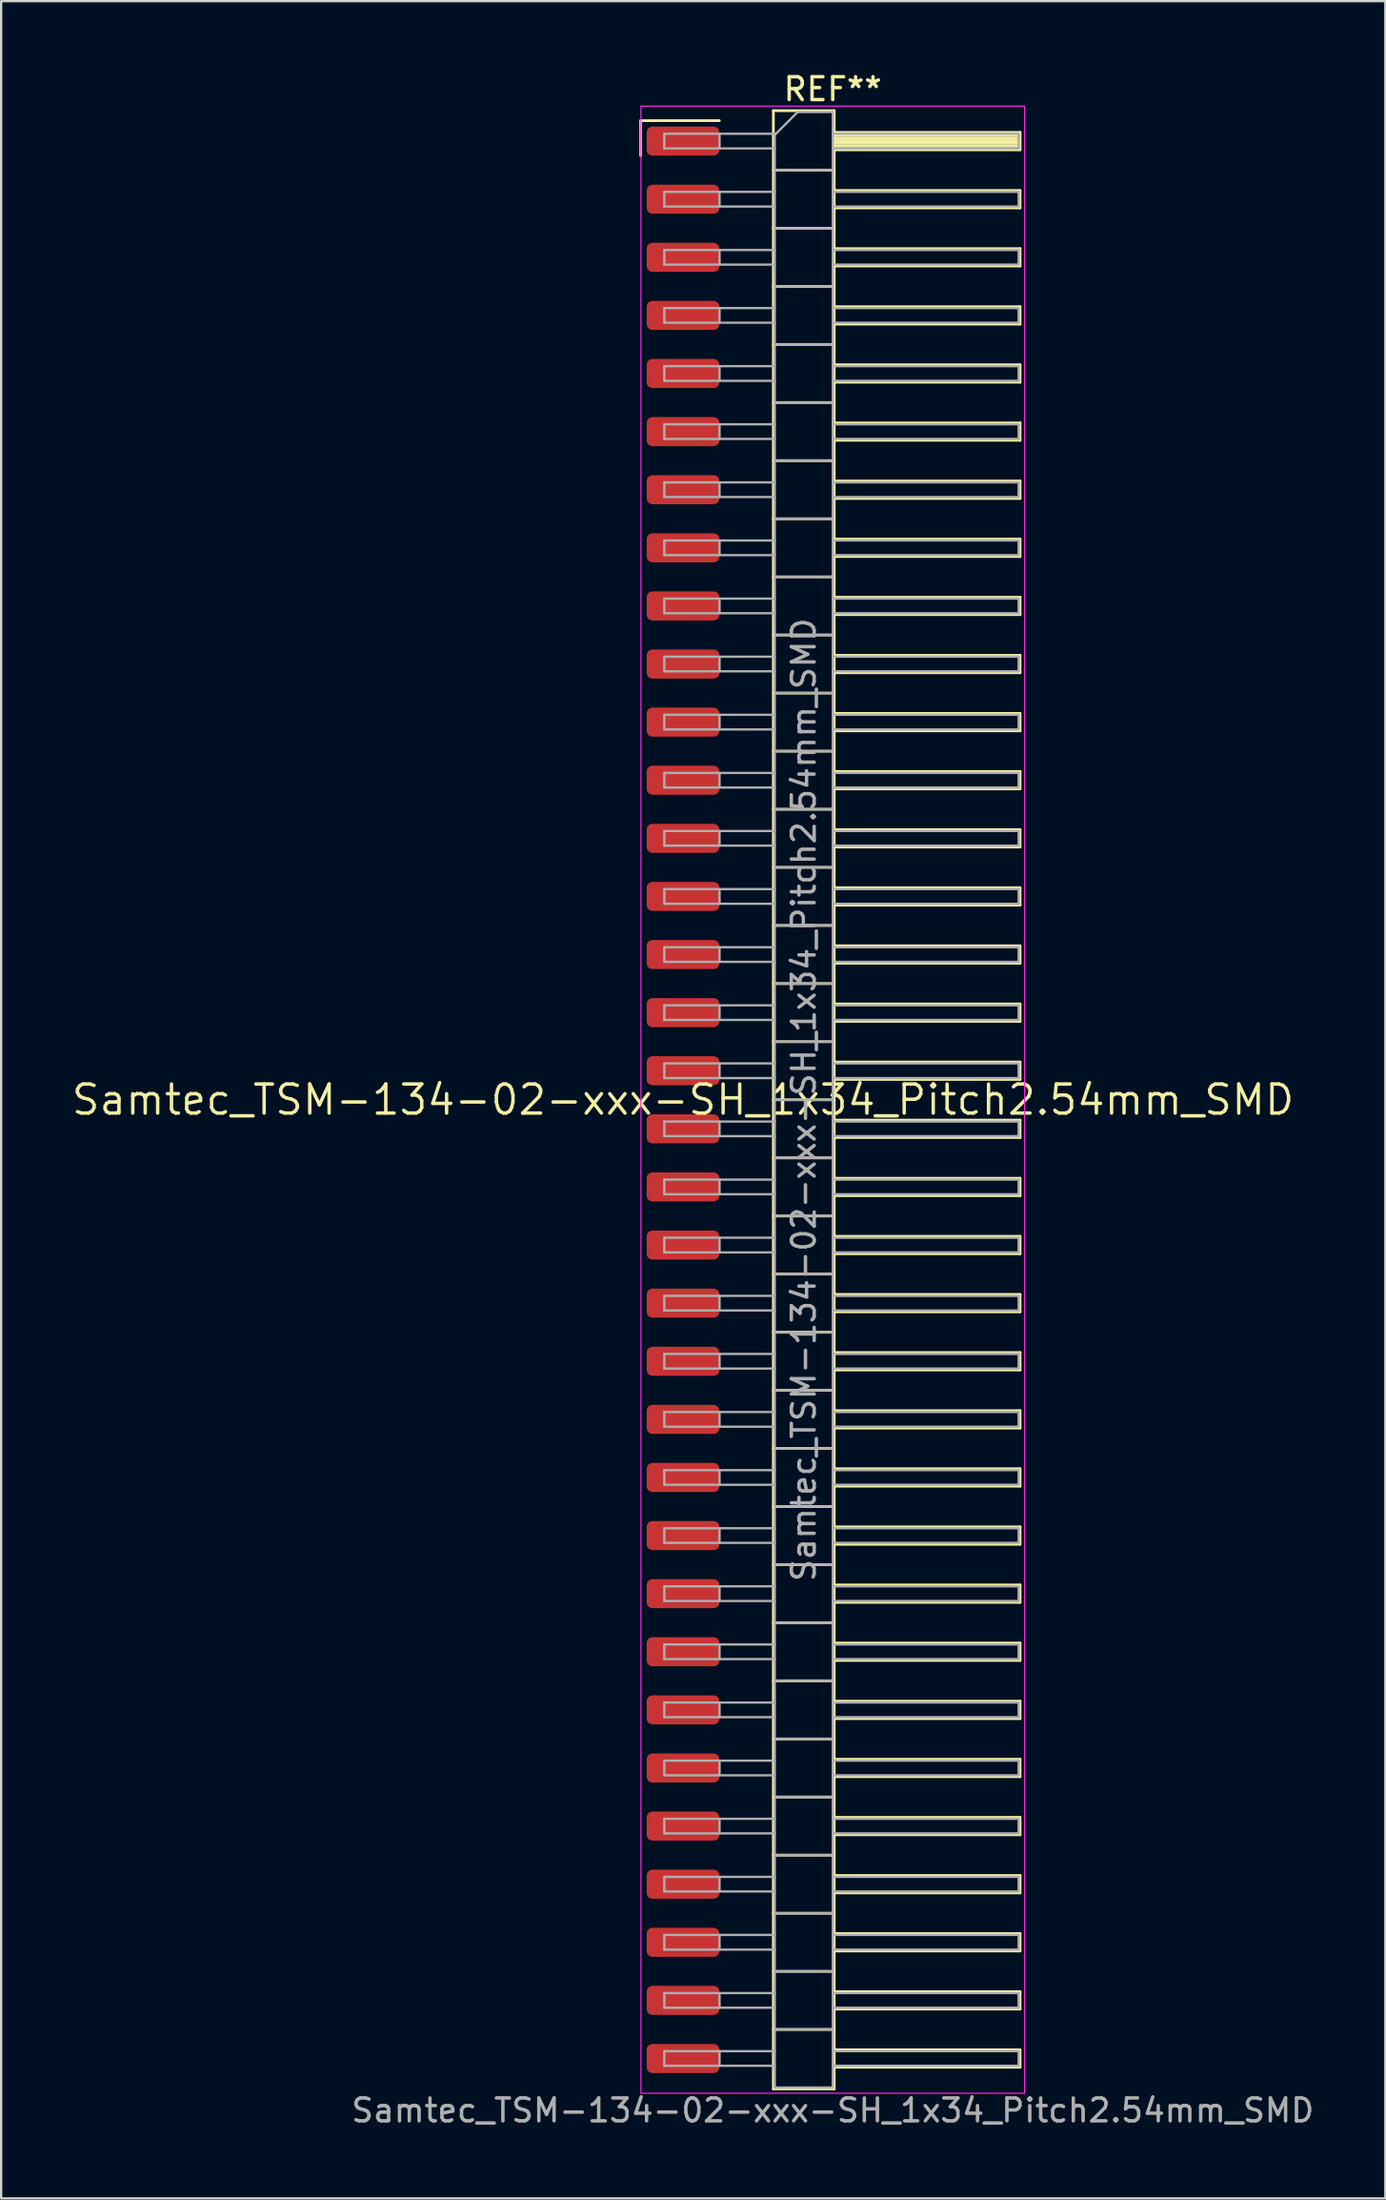
<source format=kicad_pcb>
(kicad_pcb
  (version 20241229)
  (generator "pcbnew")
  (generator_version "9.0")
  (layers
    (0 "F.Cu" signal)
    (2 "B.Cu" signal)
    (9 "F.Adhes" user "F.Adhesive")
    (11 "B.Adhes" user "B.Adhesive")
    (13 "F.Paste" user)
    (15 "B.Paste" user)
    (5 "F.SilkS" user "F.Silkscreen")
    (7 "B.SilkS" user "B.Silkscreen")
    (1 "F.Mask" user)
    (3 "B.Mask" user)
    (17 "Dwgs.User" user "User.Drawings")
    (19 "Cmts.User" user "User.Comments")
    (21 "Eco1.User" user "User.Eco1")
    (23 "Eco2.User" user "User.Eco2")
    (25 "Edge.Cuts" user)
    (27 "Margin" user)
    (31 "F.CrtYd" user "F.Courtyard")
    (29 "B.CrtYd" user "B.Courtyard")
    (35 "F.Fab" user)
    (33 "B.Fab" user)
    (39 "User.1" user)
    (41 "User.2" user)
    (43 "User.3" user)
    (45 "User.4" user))
  (footprint "Samtec_TSM-134-02-xxx-SH_1x34_Pitch2.54mm_SMD"
    (layer "F.Cu")
    (at 26.828 45.028)
    (property "Reference" "Samtec_TSM-134-02-xxx-SH_1x34_Pitch2.54mm_SMD" (at 0 0 0) (layer "F.SilkS") (effects (font (size 1.27 1.27) (thickness 0.15))))
    (attr smd)
    (fp_line (start -1.85 -42.805) (end 1.59 -42.805) (stroke (width 0.12) (type solid)) (layer "F.SilkS"))
    (fp_line (start -1.85 -41.275) (end -1.85 -42.805) (stroke (width 0.12) (type solid)) (layer "F.SilkS"))
    (fp_line (start 3.953 -43.24) (end 6.613 -43.24) (stroke (width 0.12) (type solid)) (layer "F.SilkS"))
    (fp_line (start 3.953 -40.64) (end 6.613 -40.64) (stroke (width 0.12) (type solid)) (layer "F.SilkS"))
    (fp_line (start 3.953 -38.1) (end 6.613 -38.1) (stroke (width 0.12) (type solid)) (layer "F.SilkS"))
    (fp_line (start 3.953 -35.56) (end 6.613 -35.56) (stroke (width 0.12) (type solid)) (layer "F.SilkS"))
    (fp_line (start 3.953 -33.02) (end 6.613 -33.02) (stroke (width 0.12) (type solid)) (layer "F.SilkS"))
    (fp_line (start 3.953 -30.48) (end 6.613 -30.48) (stroke (width 0.12) (type solid)) (layer "F.SilkS"))
    (fp_line (start 3.953 -27.94) (end 6.613 -27.94) (stroke (width 0.12) (type solid)) (layer "F.SilkS"))
    (fp_line (start 3.953 -25.4) (end 6.613 -25.4) (stroke (width 0.12) (type solid)) (layer "F.SilkS"))
    (fp_line (start 3.953 -22.86) (end 6.613 -22.86) (stroke (width 0.12) (type solid)) (layer "F.SilkS"))
    (fp_line (start 3.953 -20.32) (end 6.613 -20.32) (stroke (width 0.12) (type solid)) (layer "F.SilkS"))
    (fp_line (start 3.953 -17.78) (end 6.613 -17.78) (stroke (width 0.12) (type solid)) (layer "F.SilkS"))
    (fp_line (start 3.953 -15.24) (end 6.613 -15.24) (stroke (width 0.12) (type solid)) (layer "F.SilkS"))
    (fp_line (start 3.953 -12.7) (end 6.613 -12.7) (stroke (width 0.12) (type solid)) (layer "F.SilkS"))
    (fp_line (start 3.953 -10.16) (end 6.613 -10.16) (stroke (width 0.12) (type solid)) (layer "F.SilkS"))
    (fp_line (start 3.953 -7.62) (end 6.613 -7.62) (stroke (width 0.12) (type solid)) (layer "F.SilkS"))
    (fp_line (start 3.953 -5.08) (end 6.613 -5.08) (stroke (width 0.12) (type solid)) (layer "F.SilkS"))
    (fp_line (start 3.953 -2.54) (end 6.613 -2.54) (stroke (width 0.12) (type solid)) (layer "F.SilkS"))
    (fp_line (start 3.953 0) (end 6.613 0) (stroke (width 0.12) (type solid)) (layer "F.SilkS"))
    (fp_line (start 3.953 2.54) (end 6.613 2.54) (stroke (width 0.12) (type solid)) (layer "F.SilkS"))
    (fp_line (start 3.953 5.08) (end 6.613 5.08) (stroke (width 0.12) (type solid)) (layer "F.SilkS"))
    (fp_line (start 3.953 7.62) (end 6.613 7.62) (stroke (width 0.12) (type solid)) (layer "F.SilkS"))
    (fp_line (start 3.953 10.16) (end 6.613 10.16) (stroke (width 0.12) (type solid)) (layer "F.SilkS"))
    (fp_line (start 3.953 12.7) (end 6.613 12.7) (stroke (width 0.12) (type solid)) (layer "F.SilkS"))
    (fp_line (start 3.953 15.24) (end 6.613 15.24) (stroke (width 0.12) (type solid)) (layer "F.SilkS"))
    (fp_line (start 3.953 17.78) (end 6.613 17.78) (stroke (width 0.12) (type solid)) (layer "F.SilkS"))
    (fp_line (start 3.953 20.32) (end 6.613 20.32) (stroke (width 0.12) (type solid)) (layer "F.SilkS"))
    (fp_line (start 3.953 22.86) (end 6.613 22.86) (stroke (width 0.12) (type solid)) (layer "F.SilkS"))
    (fp_line (start 3.953 25.4) (end 6.613 25.4) (stroke (width 0.12) (type solid)) (layer "F.SilkS"))
    (fp_line (start 3.953 27.94) (end 6.613 27.94) (stroke (width 0.12) (type solid)) (layer "F.SilkS"))
    (fp_line (start 3.953 30.48) (end 6.613 30.48) (stroke (width 0.12) (type solid)) (layer "F.SilkS"))
    (fp_line (start 3.953 33.02) (end 6.613 33.02) (stroke (width 0.12) (type solid)) (layer "F.SilkS"))
    (fp_line (start 3.953 35.56) (end 6.613 35.56) (stroke (width 0.12) (type solid)) (layer "F.SilkS"))
    (fp_line (start 3.953 38.1) (end 6.613 38.1) (stroke (width 0.12) (type solid)) (layer "F.SilkS"))
    (fp_line (start 3.953 40.64) (end 6.613 40.64) (stroke (width 0.12) (type solid)) (layer "F.SilkS"))
    (fp_line (start 3.953 43.24) (end 3.953 -43.24) (stroke (width 0.12) (type solid)) (layer "F.SilkS"))
    (fp_line (start 6.613 -43.24) (end 6.613 43.24) (stroke (width 0.12) (type solid)) (layer "F.SilkS"))
    (fp_line (start 6.613 -42.29) (end 14.743 -42.29) (stroke (width 0.12) (type solid)) (layer "F.SilkS"))
    (fp_line (start 6.613 -42.17) (end 14.743 -42.17) (stroke (width 0.12) (type solid)) (layer "F.SilkS"))
    (fp_line (start 6.613 -42.05) (end 14.743 -42.05) (stroke (width 0.12) (type solid)) (layer "F.SilkS"))
    (fp_line (start 6.613 -41.93) (end 14.743 -41.93) (stroke (width 0.12) (type solid)) (layer "F.SilkS"))
    (fp_line (start 6.613 -41.81) (end 14.743 -41.81) (stroke (width 0.12) (type solid)) (layer "F.SilkS"))
    (fp_line (start 6.613 -41.69) (end 14.743 -41.69) (stroke (width 0.12) (type solid)) (layer "F.SilkS"))
    (fp_line (start 6.613 -41.57) (end 14.743 -41.57) (stroke (width 0.12) (type solid)) (layer "F.SilkS"))
    (fp_line (start 6.613 -41.53) (end 14.743 -41.53) (stroke (width 0.12) (type solid)) (layer "F.SilkS"))
    (fp_line (start 6.613 -39.75) (end 14.743 -39.75) (stroke (width 0.12) (type solid)) (layer "F.SilkS"))
    (fp_line (start 6.613 -38.99) (end 14.743 -38.99) (stroke (width 0.12) (type solid)) (layer "F.SilkS"))
    (fp_line (start 6.613 -37.21) (end 14.743 -37.21) (stroke (width 0.12) (type solid)) (layer "F.SilkS"))
    (fp_line (start 6.613 -36.45) (end 14.743 -36.45) (stroke (width 0.12) (type solid)) (layer "F.SilkS"))
    (fp_line (start 6.613 -34.67) (end 14.743 -34.67) (stroke (width 0.12) (type solid)) (layer "F.SilkS"))
    (fp_line (start 6.613 -33.91) (end 14.743 -33.91) (stroke (width 0.12) (type solid)) (layer "F.SilkS"))
    (fp_line (start 6.613 -32.13) (end 14.743 -32.13) (stroke (width 0.12) (type solid)) (layer "F.SilkS"))
    (fp_line (start 6.613 -31.37) (end 14.743 -31.37) (stroke (width 0.12) (type solid)) (layer "F.SilkS"))
    (fp_line (start 6.613 -29.59) (end 14.743 -29.59) (stroke (width 0.12) (type solid)) (layer "F.SilkS"))
    (fp_line (start 6.613 -28.83) (end 14.743 -28.83) (stroke (width 0.12) (type solid)) (layer "F.SilkS"))
    (fp_line (start 6.613 -27.05) (end 14.743 -27.05) (stroke (width 0.12) (type solid)) (layer "F.SilkS"))
    (fp_line (start 6.613 -26.29) (end 14.743 -26.29) (stroke (width 0.12) (type solid)) (layer "F.SilkS"))
    (fp_line (start 6.613 -24.51) (end 14.743 -24.51) (stroke (width 0.12) (type solid)) (layer "F.SilkS"))
    (fp_line (start 6.613 -23.75) (end 14.743 -23.75) (stroke (width 0.12) (type solid)) (layer "F.SilkS"))
    (fp_line (start 6.613 -21.97) (end 14.743 -21.97) (stroke (width 0.12) (type solid)) (layer "F.SilkS"))
    (fp_line (start 6.613 -21.21) (end 14.743 -21.21) (stroke (width 0.12) (type solid)) (layer "F.SilkS"))
    (fp_line (start 6.613 -19.43) (end 14.743 -19.43) (stroke (width 0.12) (type solid)) (layer "F.SilkS"))
    (fp_line (start 6.613 -18.67) (end 14.743 -18.67) (stroke (width 0.12) (type solid)) (layer "F.SilkS"))
    (fp_line (start 6.613 -16.89) (end 14.743 -16.89) (stroke (width 0.12) (type solid)) (layer "F.SilkS"))
    (fp_line (start 6.613 -16.13) (end 14.743 -16.13) (stroke (width 0.12) (type solid)) (layer "F.SilkS"))
    (fp_line (start 6.613 -14.35) (end 14.743 -14.35) (stroke (width 0.12) (type solid)) (layer "F.SilkS"))
    (fp_line (start 6.613 -13.59) (end 14.743 -13.59) (stroke (width 0.12) (type solid)) (layer "F.SilkS"))
    (fp_line (start 6.613 -11.81) (end 14.743 -11.81) (stroke (width 0.12) (type solid)) (layer "F.SilkS"))
    (fp_line (start 6.613 -11.05) (end 14.743 -11.05) (stroke (width 0.12) (type solid)) (layer "F.SilkS"))
    (fp_line (start 6.613 -9.27) (end 14.743 -9.27) (stroke (width 0.12) (type solid)) (layer "F.SilkS"))
    (fp_line (start 6.613 -8.51) (end 14.743 -8.51) (stroke (width 0.12) (type solid)) (layer "F.SilkS"))
    (fp_line (start 6.613 -6.73) (end 14.743 -6.73) (stroke (width 0.12) (type solid)) (layer "F.SilkS"))
    (fp_line (start 6.613 -5.97) (end 14.743 -5.97) (stroke (width 0.12) (type solid)) (layer "F.SilkS"))
    (fp_line (start 6.613 -4.19) (end 14.743 -4.19) (stroke (width 0.12) (type solid)) (layer "F.SilkS"))
    (fp_line (start 6.613 -3.43) (end 14.743 -3.43) (stroke (width 0.12) (type solid)) (layer "F.SilkS"))
    (fp_line (start 6.613 -1.65) (end 14.743 -1.65) (stroke (width 0.12) (type solid)) (layer "F.SilkS"))
    (fp_line (start 6.613 -0.89) (end 14.743 -0.89) (stroke (width 0.12) (type solid)) (layer "F.SilkS"))
    (fp_line (start 6.613 0.89) (end 14.743 0.89) (stroke (width 0.12) (type solid)) (layer "F.SilkS"))
    (fp_line (start 6.613 1.65) (end 14.743 1.65) (stroke (width 0.12) (type solid)) (layer "F.SilkS"))
    (fp_line (start 6.613 3.43) (end 14.743 3.43) (stroke (width 0.12) (type solid)) (layer "F.SilkS"))
    (fp_line (start 6.613 4.19) (end 14.743 4.19) (stroke (width 0.12) (type solid)) (layer "F.SilkS"))
    (fp_line (start 6.613 5.97) (end 14.743 5.97) (stroke (width 0.12) (type solid)) (layer "F.SilkS"))
    (fp_line (start 6.613 6.73) (end 14.743 6.73) (stroke (width 0.12) (type solid)) (layer "F.SilkS"))
    (fp_line (start 6.613 8.51) (end 14.743 8.51) (stroke (width 0.12) (type solid)) (layer "F.SilkS"))
    (fp_line (start 6.613 9.27) (end 14.743 9.27) (stroke (width 0.12) (type solid)) (layer "F.SilkS"))
    (fp_line (start 6.613 11.05) (end 14.743 11.05) (stroke (width 0.12) (type solid)) (layer "F.SilkS"))
    (fp_line (start 6.613 11.81) (end 14.743 11.81) (stroke (width 0.12) (type solid)) (layer "F.SilkS"))
    (fp_line (start 6.613 13.59) (end 14.743 13.59) (stroke (width 0.12) (type solid)) (layer "F.SilkS"))
    (fp_line (start 6.613 14.35) (end 14.743 14.35) (stroke (width 0.12) (type solid)) (layer "F.SilkS"))
    (fp_line (start 6.613 16.13) (end 14.743 16.13) (stroke (width 0.12) (type solid)) (layer "F.SilkS"))
    (fp_line (start 6.613 16.89) (end 14.743 16.89) (stroke (width 0.12) (type solid)) (layer "F.SilkS"))
    (fp_line (start 6.613 18.67) (end 14.743 18.67) (stroke (width 0.12) (type solid)) (layer "F.SilkS"))
    (fp_line (start 6.613 19.43) (end 14.743 19.43) (stroke (width 0.12) (type solid)) (layer "F.SilkS"))
    (fp_line (start 6.613 21.21) (end 14.743 21.21) (stroke (width 0.12) (type solid)) (layer "F.SilkS"))
    (fp_line (start 6.613 21.97) (end 14.743 21.97) (stroke (width 0.12) (type solid)) (layer "F.SilkS"))
    (fp_line (start 6.613 23.75) (end 14.743 23.75) (stroke (width 0.12) (type solid)) (layer "F.SilkS"))
    (fp_line (start 6.613 24.51) (end 14.743 24.51) (stroke (width 0.12) (type solid)) (layer "F.SilkS"))
    (fp_line (start 6.613 26.29) (end 14.743 26.29) (stroke (width 0.12) (type solid)) (layer "F.SilkS"))
    (fp_line (start 6.613 27.05) (end 14.743 27.05) (stroke (width 0.12) (type solid)) (layer "F.SilkS"))
    (fp_line (start 6.613 28.83) (end 14.743 28.83) (stroke (width 0.12) (type solid)) (layer "F.SilkS"))
    (fp_line (start 6.613 29.59) (end 14.743 29.59) (stroke (width 0.12) (type solid)) (layer "F.SilkS"))
    (fp_line (start 6.613 31.37) (end 14.743 31.37) (stroke (width 0.12) (type solid)) (layer "F.SilkS"))
    (fp_line (start 6.613 32.13) (end 14.743 32.13) (stroke (width 0.12) (type solid)) (layer "F.SilkS"))
    (fp_line (start 6.613 33.91) (end 14.743 33.91) (stroke (width 0.12) (type solid)) (layer "F.SilkS"))
    (fp_line (start 6.613 34.67) (end 14.743 34.67) (stroke (width 0.12) (type solid)) (layer "F.SilkS"))
    (fp_line (start 6.613 36.45) (end 14.743 36.45) (stroke (width 0.12) (type solid)) (layer "F.SilkS"))
    (fp_line (start 6.613 37.21) (end 14.743 37.21) (stroke (width 0.12) (type solid)) (layer "F.SilkS"))
    (fp_line (start 6.613 38.99) (end 14.743 38.99) (stroke (width 0.12) (type solid)) (layer "F.SilkS"))
    (fp_line (start 6.613 39.75) (end 14.743 39.75) (stroke (width 0.12) (type solid)) (layer "F.SilkS"))
    (fp_line (start 6.613 41.53) (end 14.743 41.53) (stroke (width 0.12) (type solid)) (layer "F.SilkS"))
    (fp_line (start 6.613 42.29) (end 14.743 42.29) (stroke (width 0.12) (type solid)) (layer "F.SilkS"))
    (fp_line (start 6.613 43.24) (end 3.953 43.24) (stroke (width 0.12) (type solid)) (layer "F.SilkS"))
    (fp_line (start 14.743 -42.29) (end 14.743 -41.53) (stroke (width 0.12) (type solid)) (layer "F.SilkS"))
    (fp_line (start 14.743 -39.75) (end 14.743 -38.99) (stroke (width 0.12) (type solid)) (layer "F.SilkS"))
    (fp_line (start 14.743 -37.21) (end 14.743 -36.45) (stroke (width 0.12) (type solid)) (layer "F.SilkS"))
    (fp_line (start 14.743 -34.67) (end 14.743 -33.91) (stroke (width 0.12) (type solid)) (layer "F.SilkS"))
    (fp_line (start 14.743 -32.13) (end 14.743 -31.37) (stroke (width 0.12) (type solid)) (layer "F.SilkS"))
    (fp_line (start 14.743 -29.59) (end 14.743 -28.83) (stroke (width 0.12) (type solid)) (layer "F.SilkS"))
    (fp_line (start 14.743 -27.05) (end 14.743 -26.29) (stroke (width 0.12) (type solid)) (layer "F.SilkS"))
    (fp_line (start 14.743 -24.51) (end 14.743 -23.75) (stroke (width 0.12) (type solid)) (layer "F.SilkS"))
    (fp_line (start 14.743 -21.97) (end 14.743 -21.21) (stroke (width 0.12) (type solid)) (layer "F.SilkS"))
    (fp_line (start 14.743 -19.43) (end 14.743 -18.67) (stroke (width 0.12) (type solid)) (layer "F.SilkS"))
    (fp_line (start 14.743 -16.89) (end 14.743 -16.13) (stroke (width 0.12) (type solid)) (layer "F.SilkS"))
    (fp_line (start 14.743 -14.35) (end 14.743 -13.59) (stroke (width 0.12) (type solid)) (layer "F.SilkS"))
    (fp_line (start 14.743 -11.81) (end 14.743 -11.05) (stroke (width 0.12) (type solid)) (layer "F.SilkS"))
    (fp_line (start 14.743 -9.27) (end 14.743 -8.51) (stroke (width 0.12) (type solid)) (layer "F.SilkS"))
    (fp_line (start 14.743 -6.73) (end 14.743 -5.97) (stroke (width 0.12) (type solid)) (layer "F.SilkS"))
    (fp_line (start 14.743 -4.19) (end 14.743 -3.43) (stroke (width 0.12) (type solid)) (layer "F.SilkS"))
    (fp_line (start 14.743 -1.65) (end 14.743 -0.89) (stroke (width 0.12) (type solid)) (layer "F.SilkS"))
    (fp_line (start 14.743 0.89) (end 14.743 1.65) (stroke (width 0.12) (type solid)) (layer "F.SilkS"))
    (fp_line (start 14.743 3.43) (end 14.743 4.19) (stroke (width 0.12) (type solid)) (layer "F.SilkS"))
    (fp_line (start 14.743 5.97) (end 14.743 6.73) (stroke (width 0.12) (type solid)) (layer "F.SilkS"))
    (fp_line (start 14.743 8.51) (end 14.743 9.27) (stroke (width 0.12) (type solid)) (layer "F.SilkS"))
    (fp_line (start 14.743 11.05) (end 14.743 11.81) (stroke (width 0.12) (type solid)) (layer "F.SilkS"))
    (fp_line (start 14.743 13.59) (end 14.743 14.35) (stroke (width 0.12) (type solid)) (layer "F.SilkS"))
    (fp_line (start 14.743 16.13) (end 14.743 16.89) (stroke (width 0.12) (type solid)) (layer "F.SilkS"))
    (fp_line (start 14.743 18.67) (end 14.743 19.43) (stroke (width 0.12) (type solid)) (layer "F.SilkS"))
    (fp_line (start 14.743 21.21) (end 14.743 21.97) (stroke (width 0.12) (type solid)) (layer "F.SilkS"))
    (fp_line (start 14.743 23.75) (end 14.743 24.51) (stroke (width 0.12) (type solid)) (layer "F.SilkS"))
    (fp_line (start 14.743 26.29) (end 14.743 27.05) (stroke (width 0.12) (type solid)) (layer "F.SilkS"))
    (fp_line (start 14.743 28.83) (end 14.743 29.59) (stroke (width 0.12) (type solid)) (layer "F.SilkS"))
    (fp_line (start 14.743 31.37) (end 14.743 32.13) (stroke (width 0.12) (type solid)) (layer "F.SilkS"))
    (fp_line (start 14.743 33.91) (end 14.743 34.67) (stroke (width 0.12) (type solid)) (layer "F.SilkS"))
    (fp_line (start 14.743 36.45) (end 14.743 37.21) (stroke (width 0.12) (type solid)) (layer "F.SilkS"))
    (fp_line (start 14.743 38.99) (end 14.743 39.75) (stroke (width 0.12) (type solid)) (layer "F.SilkS"))
    (fp_line (start 14.743 41.53) (end 14.743 42.29) (stroke (width 0.12) (type solid)) (layer "F.SilkS"))
    (fp_line (start -1.84 -43.44) (end 14.94 -43.44) (stroke (width 0.05) (type solid)) (layer "F.CrtYd"))
    (fp_line (start -1.84 43.43) (end -1.84 -43.44) (stroke (width 0.05) (type solid)) (layer "F.CrtYd"))
    (fp_line (start 14.94 -43.44) (end 14.94 43.43) (stroke (width 0.05) (type solid)) (layer "F.CrtYd"))
    (fp_line (start 14.94 43.43) (end -1.84 43.43) (stroke (width 0.05) (type solid)) (layer "F.CrtYd"))
    (fp_line (start -0.817 -42.23) (end -0.817 -41.59) (stroke (width 0.1) (type solid)) (layer "F.Fab"))
    (fp_line (start -0.817 -42.23) (end 4.013 -42.23) (stroke (width 0.1) (type solid)) (layer "F.Fab"))
    (fp_line (start -0.817 -41.59) (end 4.013 -41.59) (stroke (width 0.1) (type solid)) (layer "F.Fab"))
    (fp_line (start -0.817 -39.69) (end -0.817 -39.05) (stroke (width 0.1) (type solid)) (layer "F.Fab"))
    (fp_line (start -0.817 -39.69) (end 4.013 -39.69) (stroke (width 0.1) (type solid)) (layer "F.Fab"))
    (fp_line (start -0.817 -39.05) (end 4.013 -39.05) (stroke (width 0.1) (type solid)) (layer "F.Fab"))
    (fp_line (start -0.817 -37.15) (end -0.817 -36.51) (stroke (width 0.1) (type solid)) (layer "F.Fab"))
    (fp_line (start -0.817 -37.15) (end 4.013 -37.15) (stroke (width 0.1) (type solid)) (layer "F.Fab"))
    (fp_line (start -0.817 -36.51) (end 4.013 -36.51) (stroke (width 0.1) (type solid)) (layer "F.Fab"))
    (fp_line (start -0.817 -34.61) (end -0.817 -33.97) (stroke (width 0.1) (type solid)) (layer "F.Fab"))
    (fp_line (start -0.817 -34.61) (end 4.013 -34.61) (stroke (width 0.1) (type solid)) (layer "F.Fab"))
    (fp_line (start -0.817 -33.97) (end 4.013 -33.97) (stroke (width 0.1) (type solid)) (layer "F.Fab"))
    (fp_line (start -0.817 -32.07) (end -0.817 -31.43) (stroke (width 0.1) (type solid)) (layer "F.Fab"))
    (fp_line (start -0.817 -32.07) (end 4.013 -32.07) (stroke (width 0.1) (type solid)) (layer "F.Fab"))
    (fp_line (start -0.817 -31.43) (end 4.013 -31.43) (stroke (width 0.1) (type solid)) (layer "F.Fab"))
    (fp_line (start -0.817 -29.53) (end -0.817 -28.89) (stroke (width 0.1) (type solid)) (layer "F.Fab"))
    (fp_line (start -0.817 -29.53) (end 4.013 -29.53) (stroke (width 0.1) (type solid)) (layer "F.Fab"))
    (fp_line (start -0.817 -28.89) (end 4.013 -28.89) (stroke (width 0.1) (type solid)) (layer "F.Fab"))
    (fp_line (start -0.817 -26.99) (end -0.817 -26.35) (stroke (width 0.1) (type solid)) (layer "F.Fab"))
    (fp_line (start -0.817 -26.99) (end 4.013 -26.99) (stroke (width 0.1) (type solid)) (layer "F.Fab"))
    (fp_line (start -0.817 -26.35) (end 4.013 -26.35) (stroke (width 0.1) (type solid)) (layer "F.Fab"))
    (fp_line (start -0.817 -24.45) (end -0.817 -23.81) (stroke (width 0.1) (type solid)) (layer "F.Fab"))
    (fp_line (start -0.817 -24.45) (end 4.013 -24.45) (stroke (width 0.1) (type solid)) (layer "F.Fab"))
    (fp_line (start -0.817 -23.81) (end 4.013 -23.81) (stroke (width 0.1) (type solid)) (layer "F.Fab"))
    (fp_line (start -0.817 -21.91) (end -0.817 -21.27) (stroke (width 0.1) (type solid)) (layer "F.Fab"))
    (fp_line (start -0.817 -21.91) (end 4.013 -21.91) (stroke (width 0.1) (type solid)) (layer "F.Fab"))
    (fp_line (start -0.817 -21.27) (end 4.013 -21.27) (stroke (width 0.1) (type solid)) (layer "F.Fab"))
    (fp_line (start -0.817 -19.37) (end -0.817 -18.73) (stroke (width 0.1) (type solid)) (layer "F.Fab"))
    (fp_line (start -0.817 -19.37) (end 4.013 -19.37) (stroke (width 0.1) (type solid)) (layer "F.Fab"))
    (fp_line (start -0.817 -18.73) (end 4.013 -18.73) (stroke (width 0.1) (type solid)) (layer "F.Fab"))
    (fp_line (start -0.817 -16.83) (end -0.817 -16.19) (stroke (width 0.1) (type solid)) (layer "F.Fab"))
    (fp_line (start -0.817 -16.83) (end 4.013 -16.83) (stroke (width 0.1) (type solid)) (layer "F.Fab"))
    (fp_line (start -0.817 -16.19) (end 4.013 -16.19) (stroke (width 0.1) (type solid)) (layer "F.Fab"))
    (fp_line (start -0.817 -14.29) (end -0.817 -13.65) (stroke (width 0.1) (type solid)) (layer "F.Fab"))
    (fp_line (start -0.817 -14.29) (end 4.013 -14.29) (stroke (width 0.1) (type solid)) (layer "F.Fab"))
    (fp_line (start -0.817 -13.65) (end 4.013 -13.65) (stroke (width 0.1) (type solid)) (layer "F.Fab"))
    (fp_line (start -0.817 -11.75) (end -0.817 -11.11) (stroke (width 0.1) (type solid)) (layer "F.Fab"))
    (fp_line (start -0.817 -11.75) (end 4.013 -11.75) (stroke (width 0.1) (type solid)) (layer "F.Fab"))
    (fp_line (start -0.817 -11.11) (end 4.013 -11.11) (stroke (width 0.1) (type solid)) (layer "F.Fab"))
    (fp_line (start -0.817 -9.21) (end -0.817 -8.57) (stroke (width 0.1) (type solid)) (layer "F.Fab"))
    (fp_line (start -0.817 -9.21) (end 4.013 -9.21) (stroke (width 0.1) (type solid)) (layer "F.Fab"))
    (fp_line (start -0.817 -8.57) (end 4.013 -8.57) (stroke (width 0.1) (type solid)) (layer "F.Fab"))
    (fp_line (start -0.817 -6.67) (end -0.817 -6.03) (stroke (width 0.1) (type solid)) (layer "F.Fab"))
    (fp_line (start -0.817 -6.67) (end 4.013 -6.67) (stroke (width 0.1) (type solid)) (layer "F.Fab"))
    (fp_line (start -0.817 -6.03) (end 4.013 -6.03) (stroke (width 0.1) (type solid)) (layer "F.Fab"))
    (fp_line (start -0.817 -4.13) (end -0.817 -3.49) (stroke (width 0.1) (type solid)) (layer "F.Fab"))
    (fp_line (start -0.817 -4.13) (end 4.013 -4.13) (stroke (width 0.1) (type solid)) (layer "F.Fab"))
    (fp_line (start -0.817 -3.49) (end 4.013 -3.49) (stroke (width 0.1) (type solid)) (layer "F.Fab"))
    (fp_line (start -0.817 -1.59) (end -0.817 -0.95) (stroke (width 0.1) (type solid)) (layer "F.Fab"))
    (fp_line (start -0.817 -1.59) (end 4.013 -1.59) (stroke (width 0.1) (type solid)) (layer "F.Fab"))
    (fp_line (start -0.817 -0.95) (end 4.013 -0.95) (stroke (width 0.1) (type solid)) (layer "F.Fab"))
    (fp_line (start -0.817 0.95) (end -0.817 1.59) (stroke (width 0.1) (type solid)) (layer "F.Fab"))
    (fp_line (start -0.817 0.95) (end 4.013 0.95) (stroke (width 0.1) (type solid)) (layer "F.Fab"))
    (fp_line (start -0.817 1.59) (end 4.013 1.59) (stroke (width 0.1) (type solid)) (layer "F.Fab"))
    (fp_line (start -0.817 3.49) (end -0.817 4.13) (stroke (width 0.1) (type solid)) (layer "F.Fab"))
    (fp_line (start -0.817 3.49) (end 4.013 3.49) (stroke (width 0.1) (type solid)) (layer "F.Fab"))
    (fp_line (start -0.817 4.13) (end 4.013 4.13) (stroke (width 0.1) (type solid)) (layer "F.Fab"))
    (fp_line (start -0.817 6.03) (end -0.817 6.67) (stroke (width 0.1) (type solid)) (layer "F.Fab"))
    (fp_line (start -0.817 6.03) (end 4.013 6.03) (stroke (width 0.1) (type solid)) (layer "F.Fab"))
    (fp_line (start -0.817 6.67) (end 4.013 6.67) (stroke (width 0.1) (type solid)) (layer "F.Fab"))
    (fp_line (start -0.817 8.57) (end -0.817 9.21) (stroke (width 0.1) (type solid)) (layer "F.Fab"))
    (fp_line (start -0.817 8.57) (end 4.013 8.57) (stroke (width 0.1) (type solid)) (layer "F.Fab"))
    (fp_line (start -0.817 9.21) (end 4.013 9.21) (stroke (width 0.1) (type solid)) (layer "F.Fab"))
    (fp_line (start -0.817 11.11) (end -0.817 11.75) (stroke (width 0.1) (type solid)) (layer "F.Fab"))
    (fp_line (start -0.817 11.11) (end 4.013 11.11) (stroke (width 0.1) (type solid)) (layer "F.Fab"))
    (fp_line (start -0.817 11.75) (end 4.013 11.75) (stroke (width 0.1) (type solid)) (layer "F.Fab"))
    (fp_line (start -0.817 13.65) (end -0.817 14.29) (stroke (width 0.1) (type solid)) (layer "F.Fab"))
    (fp_line (start -0.817 13.65) (end 4.013 13.65) (stroke (width 0.1) (type solid)) (layer "F.Fab"))
    (fp_line (start -0.817 14.29) (end 4.013 14.29) (stroke (width 0.1) (type solid)) (layer "F.Fab"))
    (fp_line (start -0.817 16.19) (end -0.817 16.83) (stroke (width 0.1) (type solid)) (layer "F.Fab"))
    (fp_line (start -0.817 16.19) (end 4.013 16.19) (stroke (width 0.1) (type solid)) (layer "F.Fab"))
    (fp_line (start -0.817 16.83) (end 4.013 16.83) (stroke (width 0.1) (type solid)) (layer "F.Fab"))
    (fp_line (start -0.817 18.73) (end -0.817 19.37) (stroke (width 0.1) (type solid)) (layer "F.Fab"))
    (fp_line (start -0.817 18.73) (end 4.013 18.73) (stroke (width 0.1) (type solid)) (layer "F.Fab"))
    (fp_line (start -0.817 19.37) (end 4.013 19.37) (stroke (width 0.1) (type solid)) (layer "F.Fab"))
    (fp_line (start -0.817 21.27) (end -0.817 21.91) (stroke (width 0.1) (type solid)) (layer "F.Fab"))
    (fp_line (start -0.817 21.27) (end 4.013 21.27) (stroke (width 0.1) (type solid)) (layer "F.Fab"))
    (fp_line (start -0.817 21.91) (end 4.013 21.91) (stroke (width 0.1) (type solid)) (layer "F.Fab"))
    (fp_line (start -0.817 23.81) (end -0.817 24.45) (stroke (width 0.1) (type solid)) (layer "F.Fab"))
    (fp_line (start -0.817 23.81) (end 4.013 23.81) (stroke (width 0.1) (type solid)) (layer "F.Fab"))
    (fp_line (start -0.817 24.45) (end 4.013 24.45) (stroke (width 0.1) (type solid)) (layer "F.Fab"))
    (fp_line (start -0.817 26.35) (end -0.817 26.99) (stroke (width 0.1) (type solid)) (layer "F.Fab"))
    (fp_line (start -0.817 26.35) (end 4.013 26.35) (stroke (width 0.1) (type solid)) (layer "F.Fab"))
    (fp_line (start -0.817 26.99) (end 4.013 26.99) (stroke (width 0.1) (type solid)) (layer "F.Fab"))
    (fp_line (start -0.817 28.89) (end -0.817 29.53) (stroke (width 0.1) (type solid)) (layer "F.Fab"))
    (fp_line (start -0.817 28.89) (end 4.013 28.89) (stroke (width 0.1) (type solid)) (layer "F.Fab"))
    (fp_line (start -0.817 29.53) (end 4.013 29.53) (stroke (width 0.1) (type solid)) (layer "F.Fab"))
    (fp_line (start -0.817 31.43) (end -0.817 32.07) (stroke (width 0.1) (type solid)) (layer "F.Fab"))
    (fp_line (start -0.817 31.43) (end 4.013 31.43) (stroke (width 0.1) (type solid)) (layer "F.Fab"))
    (fp_line (start -0.817 32.07) (end 4.013 32.07) (stroke (width 0.1) (type solid)) (layer "F.Fab"))
    (fp_line (start -0.817 33.97) (end -0.817 34.61) (stroke (width 0.1) (type solid)) (layer "F.Fab"))
    (fp_line (start -0.817 33.97) (end 4.013 33.97) (stroke (width 0.1) (type solid)) (layer "F.Fab"))
    (fp_line (start -0.817 34.61) (end 4.013 34.61) (stroke (width 0.1) (type solid)) (layer "F.Fab"))
    (fp_line (start -0.817 36.51) (end -0.817 37.15) (stroke (width 0.1) (type solid)) (layer "F.Fab"))
    (fp_line (start -0.817 36.51) (end 4.013 36.51) (stroke (width 0.1) (type solid)) (layer "F.Fab"))
    (fp_line (start -0.817 37.15) (end 4.013 37.15) (stroke (width 0.1) (type solid)) (layer "F.Fab"))
    (fp_line (start -0.817 39.05) (end -0.817 39.69) (stroke (width 0.1) (type solid)) (layer "F.Fab"))
    (fp_line (start -0.817 39.05) (end 4.013 39.05) (stroke (width 0.1) (type solid)) (layer "F.Fab"))
    (fp_line (start -0.817 39.69) (end 4.013 39.69) (stroke (width 0.1) (type solid)) (layer "F.Fab"))
    (fp_line (start -0.817 41.59) (end -0.817 42.23) (stroke (width 0.1) (type solid)) (layer "F.Fab"))
    (fp_line (start -0.817 41.59) (end 4.013 41.59) (stroke (width 0.1) (type solid)) (layer "F.Fab"))
    (fp_line (start -0.817 42.23) (end 4.013 42.23) (stroke (width 0.1) (type solid)) (layer "F.Fab"))
    (fp_line (start 1.598 -42.23) (end 1.598 -41.59) (stroke (width 0.1) (type solid)) (layer "F.Fab"))
    (fp_line (start 1.598 -39.69) (end 1.598 -39.05) (stroke (width 0.1) (type solid)) (layer "F.Fab"))
    (fp_line (start 1.598 -37.15) (end 1.598 -36.51) (stroke (width 0.1) (type solid)) (layer "F.Fab"))
    (fp_line (start 1.598 -34.61) (end 1.598 -33.97) (stroke (width 0.1) (type solid)) (layer "F.Fab"))
    (fp_line (start 1.598 -32.07) (end 1.598 -31.43) (stroke (width 0.1) (type solid)) (layer "F.Fab"))
    (fp_line (start 1.598 -29.53) (end 1.598 -28.89) (stroke (width 0.1) (type solid)) (layer "F.Fab"))
    (fp_line (start 1.598 -26.99) (end 1.598 -26.35) (stroke (width 0.1) (type solid)) (layer "F.Fab"))
    (fp_line (start 1.598 -24.45) (end 1.598 -23.81) (stroke (width 0.1) (type solid)) (layer "F.Fab"))
    (fp_line (start 1.598 -21.91) (end 1.598 -21.27) (stroke (width 0.1) (type solid)) (layer "F.Fab"))
    (fp_line (start 1.598 -19.37) (end 1.598 -18.73) (stroke (width 0.1) (type solid)) (layer "F.Fab"))
    (fp_line (start 1.598 -16.83) (end 1.598 -16.19) (stroke (width 0.1) (type solid)) (layer "F.Fab"))
    (fp_line (start 1.598 -14.29) (end 1.598 -13.65) (stroke (width 0.1) (type solid)) (layer "F.Fab"))
    (fp_line (start 1.598 -11.75) (end 1.598 -11.11) (stroke (width 0.1) (type solid)) (layer "F.Fab"))
    (fp_line (start 1.598 -9.21) (end 1.598 -8.57) (stroke (width 0.1) (type solid)) (layer "F.Fab"))
    (fp_line (start 1.598 -6.67) (end 1.598 -6.03) (stroke (width 0.1) (type solid)) (layer "F.Fab"))
    (fp_line (start 1.598 -4.13) (end 1.598 -3.49) (stroke (width 0.1) (type solid)) (layer "F.Fab"))
    (fp_line (start 1.598 -1.59) (end 1.598 -0.95) (stroke (width 0.1) (type solid)) (layer "F.Fab"))
    (fp_line (start 1.598 0.95) (end 1.598 1.59) (stroke (width 0.1) (type solid)) (layer "F.Fab"))
    (fp_line (start 1.598 3.49) (end 1.598 4.13) (stroke (width 0.1) (type solid)) (layer "F.Fab"))
    (fp_line (start 1.598 6.03) (end 1.598 6.67) (stroke (width 0.1) (type solid)) (layer "F.Fab"))
    (fp_line (start 1.598 8.57) (end 1.598 9.21) (stroke (width 0.1) (type solid)) (layer "F.Fab"))
    (fp_line (start 1.598 11.11) (end 1.598 11.75) (stroke (width 0.1) (type solid)) (layer "F.Fab"))
    (fp_line (start 1.598 13.65) (end 1.598 14.29) (stroke (width 0.1) (type solid)) (layer "F.Fab"))
    (fp_line (start 1.598 16.19) (end 1.598 16.83) (stroke (width 0.1) (type solid)) (layer "F.Fab"))
    (fp_line (start 1.598 18.73) (end 1.598 19.37) (stroke (width 0.1) (type solid)) (layer "F.Fab"))
    (fp_line (start 1.598 21.27) (end 1.598 21.91) (stroke (width 0.1) (type solid)) (layer "F.Fab"))
    (fp_line (start 1.598 23.81) (end 1.598 24.45) (stroke (width 0.1) (type solid)) (layer "F.Fab"))
    (fp_line (start 1.598 26.35) (end 1.598 26.99) (stroke (width 0.1) (type solid)) (layer "F.Fab"))
    (fp_line (start 1.598 28.89) (end 1.598 29.53) (stroke (width 0.1) (type solid)) (layer "F.Fab"))
    (fp_line (start 1.598 31.43) (end 1.598 32.07) (stroke (width 0.1) (type solid)) (layer "F.Fab"))
    (fp_line (start 1.598 33.97) (end 1.598 34.61) (stroke (width 0.1) (type solid)) (layer "F.Fab"))
    (fp_line (start 1.598 36.51) (end 1.598 37.15) (stroke (width 0.1) (type solid)) (layer "F.Fab"))
    (fp_line (start 1.598 39.05) (end 1.598 39.69) (stroke (width 0.1) (type solid)) (layer "F.Fab"))
    (fp_line (start 1.598 41.59) (end 1.598 42.23) (stroke (width 0.1) (type solid)) (layer "F.Fab"))
    (fp_line (start 4.013 -42.18) (end 5.013 -43.18) (stroke (width 0.1) (type solid)) (layer "F.Fab"))
    (fp_line (start 4.013 -40.64) (end 6.553 -40.64) (stroke (width 0.1) (type solid)) (layer "F.Fab"))
    (fp_line (start 4.013 -38.1) (end 6.553 -38.1) (stroke (width 0.1) (type solid)) (layer "F.Fab"))
    (fp_line (start 4.013 -35.56) (end 6.553 -35.56) (stroke (width 0.1) (type solid)) (layer "F.Fab"))
    (fp_line (start 4.013 -33.02) (end 6.553 -33.02) (stroke (width 0.1) (type solid)) (layer "F.Fab"))
    (fp_line (start 4.013 -30.48) (end 6.553 -30.48) (stroke (width 0.1) (type solid)) (layer "F.Fab"))
    (fp_line (start 4.013 -27.94) (end 6.553 -27.94) (stroke (width 0.1) (type solid)) (layer "F.Fab"))
    (fp_line (start 4.013 -25.4) (end 6.553 -25.4) (stroke (width 0.1) (type solid)) (layer "F.Fab"))
    (fp_line (start 4.013 -22.86) (end 6.553 -22.86) (stroke (width 0.1) (type solid)) (layer "F.Fab"))
    (fp_line (start 4.013 -20.32) (end 6.553 -20.32) (stroke (width 0.1) (type solid)) (layer "F.Fab"))
    (fp_line (start 4.013 -17.78) (end 6.553 -17.78) (stroke (width 0.1) (type solid)) (layer "F.Fab"))
    (fp_line (start 4.013 -15.24) (end 6.553 -15.24) (stroke (width 0.1) (type solid)) (layer "F.Fab"))
    (fp_line (start 4.013 -12.7) (end 6.553 -12.7) (stroke (width 0.1) (type solid)) (layer "F.Fab"))
    (fp_line (start 4.013 -10.16) (end 6.553 -10.16) (stroke (width 0.1) (type solid)) (layer "F.Fab"))
    (fp_line (start 4.013 -7.62) (end 6.553 -7.62) (stroke (width 0.1) (type solid)) (layer "F.Fab"))
    (fp_line (start 4.013 -5.08) (end 6.553 -5.08) (stroke (width 0.1) (type solid)) (layer "F.Fab"))
    (fp_line (start 4.013 -2.54) (end 6.553 -2.54) (stroke (width 0.1) (type solid)) (layer "F.Fab"))
    (fp_line (start 4.013 0) (end 6.553 0) (stroke (width 0.1) (type solid)) (layer "F.Fab"))
    (fp_line (start 4.013 2.54) (end 6.553 2.54) (stroke (width 0.1) (type solid)) (layer "F.Fab"))
    (fp_line (start 4.013 5.08) (end 6.553 5.08) (stroke (width 0.1) (type solid)) (layer "F.Fab"))
    (fp_line (start 4.013 7.62) (end 6.553 7.62) (stroke (width 0.1) (type solid)) (layer "F.Fab"))
    (fp_line (start 4.013 10.16) (end 6.553 10.16) (stroke (width 0.1) (type solid)) (layer "F.Fab"))
    (fp_line (start 4.013 12.7) (end 6.553 12.7) (stroke (width 0.1) (type solid)) (layer "F.Fab"))
    (fp_line (start 4.013 15.24) (end 6.553 15.24) (stroke (width 0.1) (type solid)) (layer "F.Fab"))
    (fp_line (start 4.013 17.78) (end 6.553 17.78) (stroke (width 0.1) (type solid)) (layer "F.Fab"))
    (fp_line (start 4.013 20.32) (end 6.553 20.32) (stroke (width 0.1) (type solid)) (layer "F.Fab"))
    (fp_line (start 4.013 22.86) (end 6.553 22.86) (stroke (width 0.1) (type solid)) (layer "F.Fab"))
    (fp_line (start 4.013 25.4) (end 6.553 25.4) (stroke (width 0.1) (type solid)) (layer "F.Fab"))
    (fp_line (start 4.013 27.94) (end 6.553 27.94) (stroke (width 0.1) (type solid)) (layer "F.Fab"))
    (fp_line (start 4.013 30.48) (end 6.553 30.48) (stroke (width 0.1) (type solid)) (layer "F.Fab"))
    (fp_line (start 4.013 33.02) (end 6.553 33.02) (stroke (width 0.1) (type solid)) (layer "F.Fab"))
    (fp_line (start 4.013 35.56) (end 6.553 35.56) (stroke (width 0.1) (type solid)) (layer "F.Fab"))
    (fp_line (start 4.013 38.1) (end 6.553 38.1) (stroke (width 0.1) (type solid)) (layer "F.Fab"))
    (fp_line (start 4.013 40.64) (end 6.553 40.64) (stroke (width 0.1) (type solid)) (layer "F.Fab"))
    (fp_line (start 4.013 43.18) (end 4.013 -42.18) (stroke (width 0.1) (type solid)) (layer "F.Fab"))
    (fp_line (start 5.013 -43.18) (end 6.553 -43.18) (stroke (width 0.1) (type solid)) (layer "F.Fab"))
    (fp_line (start 6.553 -43.18) (end 6.553 43.18) (stroke (width 0.1) (type solid)) (layer "F.Fab"))
    (fp_line (start 6.553 -42.23) (end 14.683 -42.23) (stroke (width 0.1) (type solid)) (layer "F.Fab"))
    (fp_line (start 6.553 -41.59) (end 14.683 -41.59) (stroke (width 0.1) (type solid)) (layer "F.Fab"))
    (fp_line (start 6.553 -39.69) (end 14.683 -39.69) (stroke (width 0.1) (type solid)) (layer "F.Fab"))
    (fp_line (start 6.553 -39.05) (end 14.683 -39.05) (stroke (width 0.1) (type solid)) (layer "F.Fab"))
    (fp_line (start 6.553 -37.15) (end 14.683 -37.15) (stroke (width 0.1) (type solid)) (layer "F.Fab"))
    (fp_line (start 6.553 -36.51) (end 14.683 -36.51) (stroke (width 0.1) (type solid)) (layer "F.Fab"))
    (fp_line (start 6.553 -34.61) (end 14.683 -34.61) (stroke (width 0.1) (type solid)) (layer "F.Fab"))
    (fp_line (start 6.553 -33.97) (end 14.683 -33.97) (stroke (width 0.1) (type solid)) (layer "F.Fab"))
    (fp_line (start 6.553 -32.07) (end 14.683 -32.07) (stroke (width 0.1) (type solid)) (layer "F.Fab"))
    (fp_line (start 6.553 -31.43) (end 14.683 -31.43) (stroke (width 0.1) (type solid)) (layer "F.Fab"))
    (fp_line (start 6.553 -29.53) (end 14.683 -29.53) (stroke (width 0.1) (type solid)) (layer "F.Fab"))
    (fp_line (start 6.553 -28.89) (end 14.683 -28.89) (stroke (width 0.1) (type solid)) (layer "F.Fab"))
    (fp_line (start 6.553 -26.99) (end 14.683 -26.99) (stroke (width 0.1) (type solid)) (layer "F.Fab"))
    (fp_line (start 6.553 -26.35) (end 14.683 -26.35) (stroke (width 0.1) (type solid)) (layer "F.Fab"))
    (fp_line (start 6.553 -24.45) (end 14.683 -24.45) (stroke (width 0.1) (type solid)) (layer "F.Fab"))
    (fp_line (start 6.553 -23.81) (end 14.683 -23.81) (stroke (width 0.1) (type solid)) (layer "F.Fab"))
    (fp_line (start 6.553 -21.91) (end 14.683 -21.91) (stroke (width 0.1) (type solid)) (layer "F.Fab"))
    (fp_line (start 6.553 -21.27) (end 14.683 -21.27) (stroke (width 0.1) (type solid)) (layer "F.Fab"))
    (fp_line (start 6.553 -19.37) (end 14.683 -19.37) (stroke (width 0.1) (type solid)) (layer "F.Fab"))
    (fp_line (start 6.553 -18.73) (end 14.683 -18.73) (stroke (width 0.1) (type solid)) (layer "F.Fab"))
    (fp_line (start 6.553 -16.83) (end 14.683 -16.83) (stroke (width 0.1) (type solid)) (layer "F.Fab"))
    (fp_line (start 6.553 -16.19) (end 14.683 -16.19) (stroke (width 0.1) (type solid)) (layer "F.Fab"))
    (fp_line (start 6.553 -14.29) (end 14.683 -14.29) (stroke (width 0.1) (type solid)) (layer "F.Fab"))
    (fp_line (start 6.553 -13.65) (end 14.683 -13.65) (stroke (width 0.1) (type solid)) (layer "F.Fab"))
    (fp_line (start 6.553 -11.75) (end 14.683 -11.75) (stroke (width 0.1) (type solid)) (layer "F.Fab"))
    (fp_line (start 6.553 -11.11) (end 14.683 -11.11) (stroke (width 0.1) (type solid)) (layer "F.Fab"))
    (fp_line (start 6.553 -9.21) (end 14.683 -9.21) (stroke (width 0.1) (type solid)) (layer "F.Fab"))
    (fp_line (start 6.553 -8.57) (end 14.683 -8.57) (stroke (width 0.1) (type solid)) (layer "F.Fab"))
    (fp_line (start 6.553 -6.67) (end 14.683 -6.67) (stroke (width 0.1) (type solid)) (layer "F.Fab"))
    (fp_line (start 6.553 -6.03) (end 14.683 -6.03) (stroke (width 0.1) (type solid)) (layer "F.Fab"))
    (fp_line (start 6.553 -4.13) (end 14.683 -4.13) (stroke (width 0.1) (type solid)) (layer "F.Fab"))
    (fp_line (start 6.553 -3.49) (end 14.683 -3.49) (stroke (width 0.1) (type solid)) (layer "F.Fab"))
    (fp_line (start 6.553 -1.59) (end 14.683 -1.59) (stroke (width 0.1) (type solid)) (layer "F.Fab"))
    (fp_line (start 6.553 -0.95) (end 14.683 -0.95) (stroke (width 0.1) (type solid)) (layer "F.Fab"))
    (fp_line (start 6.553 0.95) (end 14.683 0.95) (stroke (width 0.1) (type solid)) (layer "F.Fab"))
    (fp_line (start 6.553 1.59) (end 14.683 1.59) (stroke (width 0.1) (type solid)) (layer "F.Fab"))
    (fp_line (start 6.553 3.49) (end 14.683 3.49) (stroke (width 0.1) (type solid)) (layer "F.Fab"))
    (fp_line (start 6.553 4.13) (end 14.683 4.13) (stroke (width 0.1) (type solid)) (layer "F.Fab"))
    (fp_line (start 6.553 6.03) (end 14.683 6.03) (stroke (width 0.1) (type solid)) (layer "F.Fab"))
    (fp_line (start 6.553 6.67) (end 14.683 6.67) (stroke (width 0.1) (type solid)) (layer "F.Fab"))
    (fp_line (start 6.553 8.57) (end 14.683 8.57) (stroke (width 0.1) (type solid)) (layer "F.Fab"))
    (fp_line (start 6.553 9.21) (end 14.683 9.21) (stroke (width 0.1) (type solid)) (layer "F.Fab"))
    (fp_line (start 6.553 11.11) (end 14.683 11.11) (stroke (width 0.1) (type solid)) (layer "F.Fab"))
    (fp_line (start 6.553 11.75) (end 14.683 11.75) (stroke (width 0.1) (type solid)) (layer "F.Fab"))
    (fp_line (start 6.553 13.65) (end 14.683 13.65) (stroke (width 0.1) (type solid)) (layer "F.Fab"))
    (fp_line (start 6.553 14.29) (end 14.683 14.29) (stroke (width 0.1) (type solid)) (layer "F.Fab"))
    (fp_line (start 6.553 16.19) (end 14.683 16.19) (stroke (width 0.1) (type solid)) (layer "F.Fab"))
    (fp_line (start 6.553 16.83) (end 14.683 16.83) (stroke (width 0.1) (type solid)) (layer "F.Fab"))
    (fp_line (start 6.553 18.73) (end 14.683 18.73) (stroke (width 0.1) (type solid)) (layer "F.Fab"))
    (fp_line (start 6.553 19.37) (end 14.683 19.37) (stroke (width 0.1) (type solid)) (layer "F.Fab"))
    (fp_line (start 6.553 21.27) (end 14.683 21.27) (stroke (width 0.1) (type solid)) (layer "F.Fab"))
    (fp_line (start 6.553 21.91) (end 14.683 21.91) (stroke (width 0.1) (type solid)) (layer "F.Fab"))
    (fp_line (start 6.553 23.81) (end 14.683 23.81) (stroke (width 0.1) (type solid)) (layer "F.Fab"))
    (fp_line (start 6.553 24.45) (end 14.683 24.45) (stroke (width 0.1) (type solid)) (layer "F.Fab"))
    (fp_line (start 6.553 26.35) (end 14.683 26.35) (stroke (width 0.1) (type solid)) (layer "F.Fab"))
    (fp_line (start 6.553 26.99) (end 14.683 26.99) (stroke (width 0.1) (type solid)) (layer "F.Fab"))
    (fp_line (start 6.553 28.89) (end 14.683 28.89) (stroke (width 0.1) (type solid)) (layer "F.Fab"))
    (fp_line (start 6.553 29.53) (end 14.683 29.53) (stroke (width 0.1) (type solid)) (layer "F.Fab"))
    (fp_line (start 6.553 31.43) (end 14.683 31.43) (stroke (width 0.1) (type solid)) (layer "F.Fab"))
    (fp_line (start 6.553 32.07) (end 14.683 32.07) (stroke (width 0.1) (type solid)) (layer "F.Fab"))
    (fp_line (start 6.553 33.97) (end 14.683 33.97) (stroke (width 0.1) (type solid)) (layer "F.Fab"))
    (fp_line (start 6.553 34.61) (end 14.683 34.61) (stroke (width 0.1) (type solid)) (layer "F.Fab"))
    (fp_line (start 6.553 36.51) (end 14.683 36.51) (stroke (width 0.1) (type solid)) (layer "F.Fab"))
    (fp_line (start 6.553 37.15) (end 14.683 37.15) (stroke (width 0.1) (type solid)) (layer "F.Fab"))
    (fp_line (start 6.553 39.05) (end 14.683 39.05) (stroke (width 0.1) (type solid)) (layer "F.Fab"))
    (fp_line (start 6.553 39.69) (end 14.683 39.69) (stroke (width 0.1) (type solid)) (layer "F.Fab"))
    (fp_line (start 6.553 41.59) (end 14.683 41.59) (stroke (width 0.1) (type solid)) (layer "F.Fab"))
    (fp_line (start 6.553 42.23) (end 14.683 42.23) (stroke (width 0.1) (type solid)) (layer "F.Fab"))
    (fp_line (start 6.553 43.18) (end 4.013 43.18) (stroke (width 0.1) (type solid)) (layer "F.Fab"))
    (fp_line (start 14.683 -42.23) (end 14.683 -41.59) (stroke (width 0.1) (type solid)) (layer "F.Fab"))
    (fp_line (start 14.683 -39.69) (end 14.683 -39.05) (stroke (width 0.1) (type solid)) (layer "F.Fab"))
    (fp_line (start 14.683 -37.15) (end 14.683 -36.51) (stroke (width 0.1) (type solid)) (layer "F.Fab"))
    (fp_line (start 14.683 -34.61) (end 14.683 -33.97) (stroke (width 0.1) (type solid)) (layer "F.Fab"))
    (fp_line (start 14.683 -32.07) (end 14.683 -31.43) (stroke (width 0.1) (type solid)) (layer "F.Fab"))
    (fp_line (start 14.683 -29.53) (end 14.683 -28.89) (stroke (width 0.1) (type solid)) (layer "F.Fab"))
    (fp_line (start 14.683 -26.99) (end 14.683 -26.35) (stroke (width 0.1) (type solid)) (layer "F.Fab"))
    (fp_line (start 14.683 -24.45) (end 14.683 -23.81) (stroke (width 0.1) (type solid)) (layer "F.Fab"))
    (fp_line (start 14.683 -21.91) (end 14.683 -21.27) (stroke (width 0.1) (type solid)) (layer "F.Fab"))
    (fp_line (start 14.683 -19.37) (end 14.683 -18.73) (stroke (width 0.1) (type solid)) (layer "F.Fab"))
    (fp_line (start 14.683 -16.83) (end 14.683 -16.19) (stroke (width 0.1) (type solid)) (layer "F.Fab"))
    (fp_line (start 14.683 -14.29) (end 14.683 -13.65) (stroke (width 0.1) (type solid)) (layer "F.Fab"))
    (fp_line (start 14.683 -11.75) (end 14.683 -11.11) (stroke (width 0.1) (type solid)) (layer "F.Fab"))
    (fp_line (start 14.683 -9.21) (end 14.683 -8.57) (stroke (width 0.1) (type solid)) (layer "F.Fab"))
    (fp_line (start 14.683 -6.67) (end 14.683 -6.03) (stroke (width 0.1) (type solid)) (layer "F.Fab"))
    (fp_line (start 14.683 -4.13) (end 14.683 -3.49) (stroke (width 0.1) (type solid)) (layer "F.Fab"))
    (fp_line (start 14.683 -1.59) (end 14.683 -0.95) (stroke (width 0.1) (type solid)) (layer "F.Fab"))
    (fp_line (start 14.683 0.95) (end 14.683 1.59) (stroke (width 0.1) (type solid)) (layer "F.Fab"))
    (fp_line (start 14.683 3.49) (end 14.683 4.13) (stroke (width 0.1) (type solid)) (layer "F.Fab"))
    (fp_line (start 14.683 6.03) (end 14.683 6.67) (stroke (width 0.1) (type solid)) (layer "F.Fab"))
    (fp_line (start 14.683 8.57) (end 14.683 9.21) (stroke (width 0.1) (type solid)) (layer "F.Fab"))
    (fp_line (start 14.683 11.11) (end 14.683 11.75) (stroke (width 0.1) (type solid)) (layer "F.Fab"))
    (fp_line (start 14.683 13.65) (end 14.683 14.29) (stroke (width 0.1) (type solid)) (layer "F.Fab"))
    (fp_line (start 14.683 16.19) (end 14.683 16.83) (stroke (width 0.1) (type solid)) (layer "F.Fab"))
    (fp_line (start 14.683 18.73) (end 14.683 19.37) (stroke (width 0.1) (type solid)) (layer "F.Fab"))
    (fp_line (start 14.683 21.27) (end 14.683 21.91) (stroke (width 0.1) (type solid)) (layer "F.Fab"))
    (fp_line (start 14.683 23.81) (end 14.683 24.45) (stroke (width 0.1) (type solid)) (layer "F.Fab"))
    (fp_line (start 14.683 26.35) (end 14.683 26.99) (stroke (width 0.1) (type solid)) (layer "F.Fab"))
    (fp_line (start 14.683 28.89) (end 14.683 29.53) (stroke (width 0.1) (type solid)) (layer "F.Fab"))
    (fp_line (start 14.683 31.43) (end 14.683 32.07) (stroke (width 0.1) (type solid)) (layer "F.Fab"))
    (fp_line (start 14.683 33.97) (end 14.683 34.61) (stroke (width 0.1) (type solid)) (layer "F.Fab"))
    (fp_line (start 14.683 36.51) (end 14.683 37.15) (stroke (width 0.1) (type solid)) (layer "F.Fab"))
    (fp_line (start 14.683 39.05) (end 14.683 39.69) (stroke (width 0.1) (type solid)) (layer "F.Fab"))
    (fp_line (start 14.683 41.59) (end 14.683 42.23) (stroke (width 0.1) (type solid)) (layer "F.Fab"))
    (fp_text user "REF**" (at 6.55 -44.18 0) (layer "F.SilkS") (effects (font (size 1 1) (thickness 0.15))))
    (fp_text user "${REFERENCE}" (at 5.283 0 90) (layer "F.Fab") (effects (font (size 1 1) (thickness 0.15))))
    (fp_text user "Samtec_TSM-134-02-xxx-SH_1x34_Pitch2.54mm_SMD" (at 6.55 44.18 0) (layer "F.Fab") (effects (font (size 1 1) (thickness 0.15))))
    (pad "1" smd roundrect (at 0 -41.91) (size 3.18 1.27) (layers "F.Cu" "F.Mask" "F.Paste") (roundrect_rratio 0.197))
    (pad "2" smd roundrect (at 0 -39.37) (size 3.18 1.27) (layers "F.Cu" "F.Mask" "F.Paste") (roundrect_rratio 0.197))
    (pad "3" smd roundrect (at 0 -36.83) (size 3.18 1.27) (layers "F.Cu" "F.Mask" "F.Paste") (roundrect_rratio 0.197))
    (pad "4" smd roundrect (at 0 -34.29) (size 3.18 1.27) (layers "F.Cu" "F.Mask" "F.Paste") (roundrect_rratio 0.197))
    (pad "5" smd roundrect (at 0 -31.75) (size 3.18 1.27) (layers "F.Cu" "F.Mask" "F.Paste") (roundrect_rratio 0.197))
    (pad "6" smd roundrect (at 0 -29.21) (size 3.18 1.27) (layers "F.Cu" "F.Mask" "F.Paste") (roundrect_rratio 0.197))
    (pad "7" smd roundrect (at 0 -26.67) (size 3.18 1.27) (layers "F.Cu" "F.Mask" "F.Paste") (roundrect_rratio 0.197))
    (pad "8" smd roundrect (at 0 -24.13) (size 3.18 1.27) (layers "F.Cu" "F.Mask" "F.Paste") (roundrect_rratio 0.197))
    (pad "9" smd roundrect (at 0 -21.59) (size 3.18 1.27) (layers "F.Cu" "F.Mask" "F.Paste") (roundrect_rratio 0.197))
    (pad "10" smd roundrect (at 0 -19.05) (size 3.18 1.27) (layers "F.Cu" "F.Mask" "F.Paste") (roundrect_rratio 0.197))
    (pad "11" smd roundrect (at 0 -16.51) (size 3.18 1.27) (layers "F.Cu" "F.Mask" "F.Paste") (roundrect_rratio 0.197))
    (pad "12" smd roundrect (at 0 -13.97) (size 3.18 1.27) (layers "F.Cu" "F.Mask" "F.Paste") (roundrect_rratio 0.197))
    (pad "13" smd roundrect (at 0 -11.43) (size 3.18 1.27) (layers "F.Cu" "F.Mask" "F.Paste") (roundrect_rratio 0.197))
    (pad "14" smd roundrect (at 0 -8.89) (size 3.18 1.27) (layers "F.Cu" "F.Mask" "F.Paste") (roundrect_rratio 0.197))
    (pad "15" smd roundrect (at 0 -6.35) (size 3.18 1.27) (layers "F.Cu" "F.Mask" "F.Paste") (roundrect_rratio 0.197))
    (pad "16" smd roundrect (at 0 -3.81) (size 3.18 1.27) (layers "F.Cu" "F.Mask" "F.Paste") (roundrect_rratio 0.197))
    (pad "17" smd roundrect (at 0 -1.27) (size 3.18 1.27) (layers "F.Cu" "F.Mask" "F.Paste") (roundrect_rratio 0.197))
    (pad "18" smd roundrect (at 0 1.27) (size 3.18 1.27) (layers "F.Cu" "F.Mask" "F.Paste") (roundrect_rratio 0.197))
    (pad "19" smd roundrect (at 0 3.81) (size 3.18 1.27) (layers "F.Cu" "F.Mask" "F.Paste") (roundrect_rratio 0.197))
    (pad "20" smd roundrect (at 0 6.35) (size 3.18 1.27) (layers "F.Cu" "F.Mask" "F.Paste") (roundrect_rratio 0.197))
    (pad "21" smd roundrect (at 0 8.89) (size 3.18 1.27) (layers "F.Cu" "F.Mask" "F.Paste") (roundrect_rratio 0.197))
    (pad "22" smd roundrect (at 0 11.43) (size 3.18 1.27) (layers "F.Cu" "F.Mask" "F.Paste") (roundrect_rratio 0.197))
    (pad "23" smd roundrect (at 0 13.97) (size 3.18 1.27) (layers "F.Cu" "F.Mask" "F.Paste") (roundrect_rratio 0.197))
    (pad "24" smd roundrect (at 0 16.51) (size 3.18 1.27) (layers "F.Cu" "F.Mask" "F.Paste") (roundrect_rratio 0.197))
    (pad "25" smd roundrect (at 0 19.05) (size 3.18 1.27) (layers "F.Cu" "F.Mask" "F.Paste") (roundrect_rratio 0.197))
    (pad "26" smd roundrect (at 0 21.59) (size 3.18 1.27) (layers "F.Cu" "F.Mask" "F.Paste") (roundrect_rratio 0.197))
    (pad "27" smd roundrect (at 0 24.13) (size 3.18 1.27) (layers "F.Cu" "F.Mask" "F.Paste") (roundrect_rratio 0.197))
    (pad "28" smd roundrect (at 0 26.67) (size 3.18 1.27) (layers "F.Cu" "F.Mask" "F.Paste") (roundrect_rratio 0.197))
    (pad "29" smd roundrect (at 0 29.21) (size 3.18 1.27) (layers "F.Cu" "F.Mask" "F.Paste") (roundrect_rratio 0.197))
    (pad "30" smd roundrect (at 0 31.75) (size 3.18 1.27) (layers "F.Cu" "F.Mask" "F.Paste") (roundrect_rratio 0.197))
    (pad "31" smd roundrect (at 0 34.29) (size 3.18 1.27) (layers "F.Cu" "F.Mask" "F.Paste") (roundrect_rratio 0.197))
    (pad "32" smd roundrect (at 0 36.83) (size 3.18 1.27) (layers "F.Cu" "F.Mask" "F.Paste") (roundrect_rratio 0.197))
    (pad "33" smd roundrect (at 0 39.37) (size 3.18 1.27) (layers "F.Cu" "F.Mask" "F.Paste") (roundrect_rratio 0.197))
    (pad "34" smd roundrect (at 0 41.91) (size 3.18 1.27) (layers "F.Cu" "F.Mask" "F.Paste") (roundrect_rratio 0.197)))
  (gr_rect
    (start -3 -3)
    (end 57.551 93.056)
    (stroke (width 0.1) (type default))
    (fill no)
    (layer "Edge.Cuts")))
</source>
